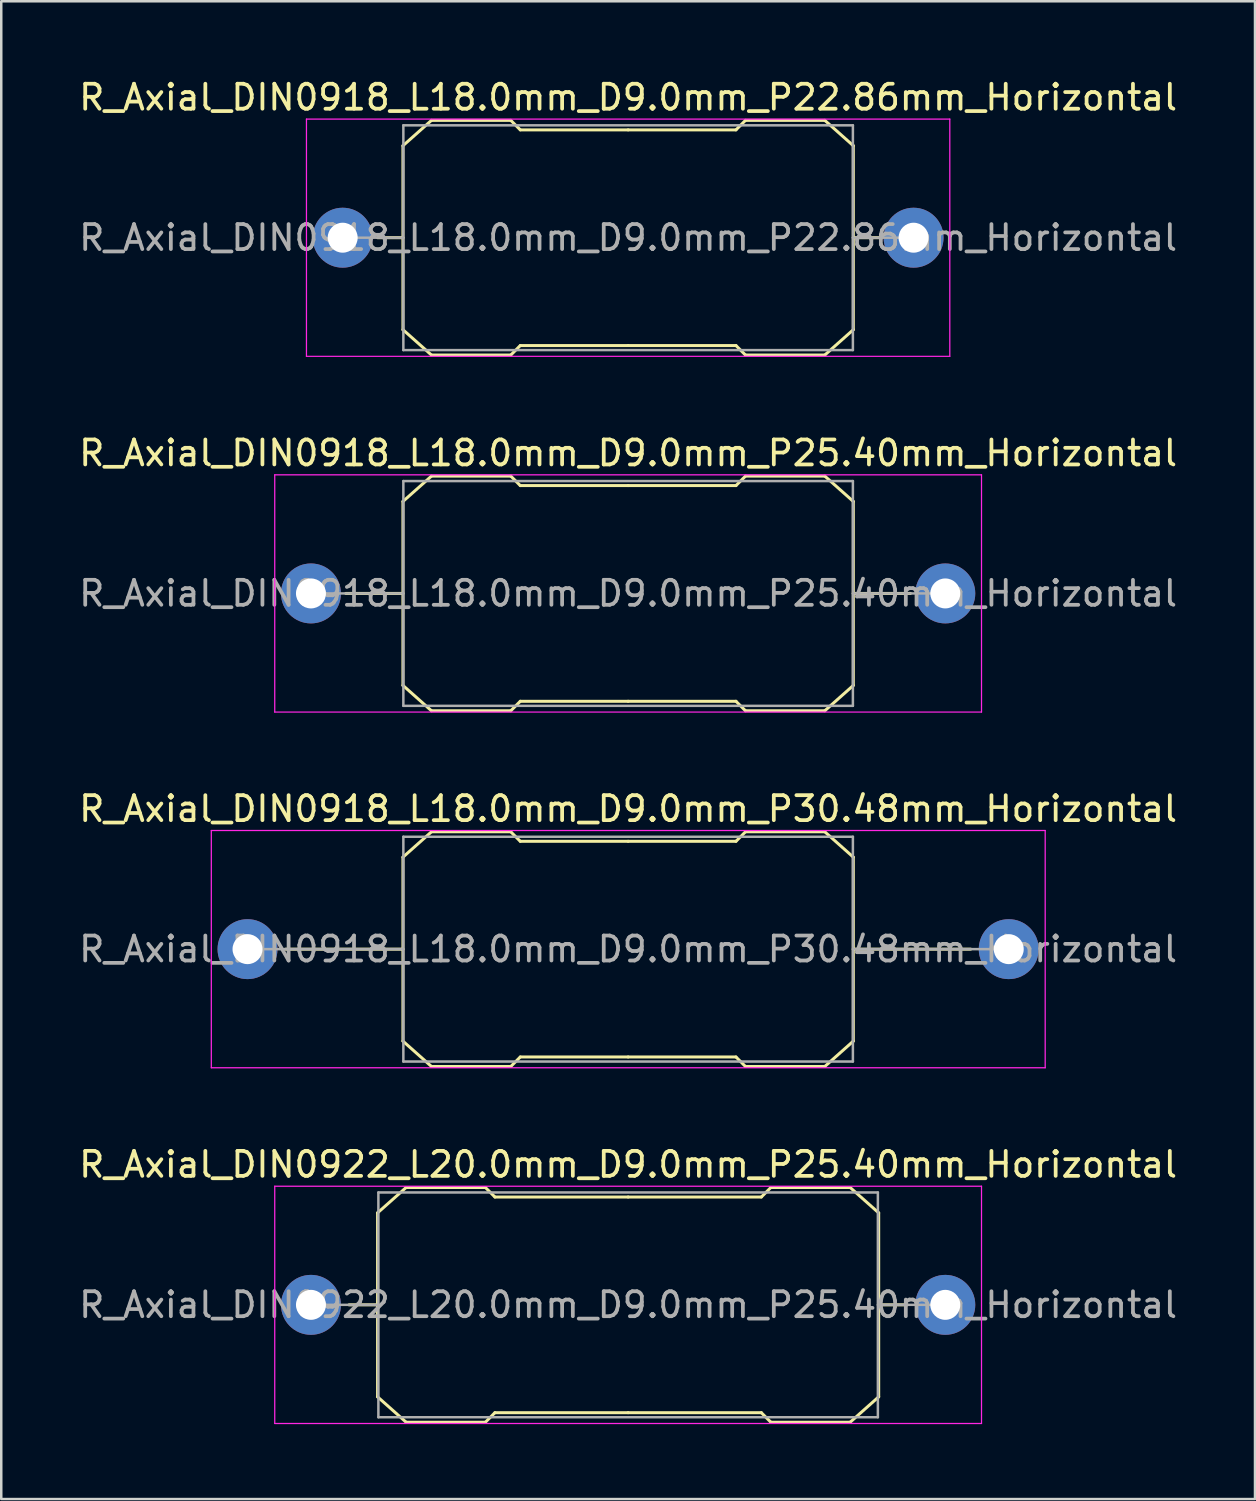
<source format=kicad_pcb>
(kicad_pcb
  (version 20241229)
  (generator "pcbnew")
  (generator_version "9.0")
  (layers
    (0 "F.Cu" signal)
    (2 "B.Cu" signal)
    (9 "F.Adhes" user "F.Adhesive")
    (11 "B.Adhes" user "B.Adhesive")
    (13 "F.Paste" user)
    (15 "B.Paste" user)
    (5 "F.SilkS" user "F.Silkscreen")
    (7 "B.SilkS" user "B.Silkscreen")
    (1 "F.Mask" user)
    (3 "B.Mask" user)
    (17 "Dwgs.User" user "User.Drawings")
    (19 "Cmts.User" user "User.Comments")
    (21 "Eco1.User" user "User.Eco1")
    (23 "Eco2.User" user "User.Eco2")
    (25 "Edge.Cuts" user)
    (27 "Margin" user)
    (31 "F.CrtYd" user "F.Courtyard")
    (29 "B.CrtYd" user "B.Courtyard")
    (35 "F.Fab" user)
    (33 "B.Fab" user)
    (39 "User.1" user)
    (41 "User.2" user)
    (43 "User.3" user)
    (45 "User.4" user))
  (footprint "R_Axial_DIN0918_L18.0mm_D9.0mm_P30.48mm_Horizontal"
    (layer "F.Cu")
    (at 6.861 34.955)
    (property "Reference" "R_Axial_DIN0918_L18.0mm_D9.0mm_P30.48mm_Horizontal" (at 15.24 -5.62 0) (layer "F.SilkS") (effects (font (size 1 1) (thickness 0.15))))
    (attr through_hole)
    (fp_line (start 6.223 -3.683) (end 6.223 3.683) (stroke (width 0.12) (type solid)) (layer "F.SilkS"))
    (fp_line (start 6.223 -3.683) (end 7.366 -4.699) (stroke (width 0.12) (type solid)) (layer "F.SilkS"))
    (fp_line (start 6.223 0) (end 1.524 0) (stroke (width 0.12) (type solid)) (layer "F.SilkS"))
    (fp_line (start 6.223 3.683) (end 7.366 4.699) (stroke (width 0.12) (type solid)) (layer "F.SilkS"))
    (fp_line (start 7.366 -4.699) (end 10.541 -4.699) (stroke (width 0.12) (type solid)) (layer "F.SilkS"))
    (fp_line (start 7.366 4.699) (end 10.541 4.699) (stroke (width 0.12) (type solid)) (layer "F.SilkS"))
    (fp_line (start 10.541 -4.699) (end 10.922 -4.318) (stroke (width 0.12) (type solid)) (layer "F.SilkS"))
    (fp_line (start 10.541 4.699) (end 10.922 4.318) (stroke (width 0.12) (type solid)) (layer "F.SilkS"))
    (fp_line (start 10.922 -4.318) (end 15.24 -4.318) (stroke (width 0.12) (type solid)) (layer "F.SilkS"))
    (fp_line (start 10.922 4.318) (end 15.24 4.318) (stroke (width 0.12) (type solid)) (layer "F.SilkS"))
    (fp_line (start 19.558 -4.318) (end 15.24 -4.318) (stroke (width 0.12) (type solid)) (layer "F.SilkS"))
    (fp_line (start 19.558 4.318) (end 15.24 4.318) (stroke (width 0.12) (type solid)) (layer "F.SilkS"))
    (fp_line (start 19.939 -4.699) (end 19.558 -4.318) (stroke (width 0.12) (type solid)) (layer "F.SilkS"))
    (fp_line (start 19.939 4.699) (end 19.558 4.318) (stroke (width 0.12) (type solid)) (layer "F.SilkS"))
    (fp_line (start 23.114 -4.699) (end 19.939 -4.699) (stroke (width 0.12) (type solid)) (layer "F.SilkS"))
    (fp_line (start 23.114 4.699) (end 19.939 4.699) (stroke (width 0.12) (type solid)) (layer "F.SilkS"))
    (fp_line (start 24.257 -3.683) (end 23.114 -4.699) (stroke (width 0.12) (type solid)) (layer "F.SilkS"))
    (fp_line (start 24.257 -3.683) (end 24.257 3.683) (stroke (width 0.12) (type solid)) (layer "F.SilkS"))
    (fp_line (start 24.257 0) (end 28.956 0) (stroke (width 0.12) (type solid)) (layer "F.SilkS"))
    (fp_line (start 24.257 3.683) (end 23.114 4.699) (stroke (width 0.12) (type solid)) (layer "F.SilkS"))
    (fp_line (start -1.45 -4.75) (end -1.45 4.75) (stroke (width 0.05) (type solid)) (layer "F.CrtYd"))
    (fp_line (start -1.45 4.75) (end 31.94 4.75) (stroke (width 0.05) (type solid)) (layer "F.CrtYd"))
    (fp_line (start 31.94 -4.75) (end -1.45 -4.75) (stroke (width 0.05) (type solid)) (layer "F.CrtYd"))
    (fp_line (start 31.94 4.75) (end 31.94 -4.75) (stroke (width 0.05) (type solid)) (layer "F.CrtYd"))
    (fp_line (start 0 0) (end 6.24 0) (stroke (width 0.1) (type solid)) (layer "F.Fab"))
    (fp_line (start 6.24 -4.5) (end 6.24 4.5) (stroke (width 0.1) (type solid)) (layer "F.Fab"))
    (fp_line (start 6.24 4.5) (end 24.24 4.5) (stroke (width 0.1) (type solid)) (layer "F.Fab"))
    (fp_line (start 24.24 -4.5) (end 6.24 -4.5) (stroke (width 0.1) (type solid)) (layer "F.Fab"))
    (fp_line (start 24.24 4.5) (end 24.24 -4.5) (stroke (width 0.1) (type solid)) (layer "F.Fab"))
    (fp_line (start 30.48 0) (end 24.24 0) (stroke (width 0.1) (type solid)) (layer "F.Fab"))
    (fp_text user "${REFERENCE}" (at 15.24 0 0) (layer "F.Fab") (effects (font (size 1 1) (thickness 0.15))))
    (pad "1" thru_hole circle (at 0 0) (size 2.4 2.4) (drill 1.2) (layers "*.Cu" "*.Mask"))
    (pad "2" thru_hole oval (at 30.48 0) (size 2.4 2.4) (drill 1.2) (layers "*.Cu" "*.Mask")))
  (footprint "R_Axial_DIN0922_L20.0mm_D9.0mm_P25.40mm_Horizontal"
    (layer "F.Cu")
    (at 9.401 49.198)
    (property "Reference" "R_Axial_DIN0922_L20.0mm_D9.0mm_P25.40mm_Horizontal" (at 12.7 -5.62 0) (layer "F.SilkS") (effects (font (size 1 1) (thickness 0.15))))
    (attr through_hole)
    (fp_line (start 2.667 -3.683) (end 2.667 3.683) (stroke (width 0.12) (type solid)) (layer "F.SilkS"))
    (fp_line (start 2.667 -3.683) (end 3.81 -4.699) (stroke (width 0.12) (type solid)) (layer "F.SilkS"))
    (fp_line (start 2.667 0) (end 1.524 0) (stroke (width 0.12) (type solid)) (layer "F.SilkS"))
    (fp_line (start 2.667 3.683) (end 3.81 4.699) (stroke (width 0.12) (type solid)) (layer "F.SilkS"))
    (fp_line (start 3.81 -4.699) (end 6.985 -4.699) (stroke (width 0.12) (type solid)) (layer "F.SilkS"))
    (fp_line (start 3.81 4.699) (end 6.985 4.699) (stroke (width 0.12) (type solid)) (layer "F.SilkS"))
    (fp_line (start 6.985 -4.699) (end 7.366 -4.318) (stroke (width 0.12) (type solid)) (layer "F.SilkS"))
    (fp_line (start 6.985 4.699) (end 7.366 4.318) (stroke (width 0.12) (type solid)) (layer "F.SilkS"))
    (fp_line (start 7.366 -4.318) (end 12.7 -4.318) (stroke (width 0.12) (type solid)) (layer "F.SilkS"))
    (fp_line (start 7.366 4.318) (end 12.7 4.318) (stroke (width 0.12) (type solid)) (layer "F.SilkS"))
    (fp_line (start 18.034 -4.318) (end 12.7 -4.318) (stroke (width 0.12) (type solid)) (layer "F.SilkS"))
    (fp_line (start 18.034 4.318) (end 12.7 4.318) (stroke (width 0.12) (type solid)) (layer "F.SilkS"))
    (fp_line (start 18.415 -4.699) (end 18.034 -4.318) (stroke (width 0.12) (type solid)) (layer "F.SilkS"))
    (fp_line (start 18.415 4.699) (end 18.034 4.318) (stroke (width 0.12) (type solid)) (layer "F.SilkS"))
    (fp_line (start 21.59 -4.699) (end 18.415 -4.699) (stroke (width 0.12) (type solid)) (layer "F.SilkS"))
    (fp_line (start 21.59 4.699) (end 18.415 4.699) (stroke (width 0.12) (type solid)) (layer "F.SilkS"))
    (fp_line (start 22.733 -3.683) (end 21.59 -4.699) (stroke (width 0.12) (type solid)) (layer "F.SilkS"))
    (fp_line (start 22.733 -3.683) (end 22.733 3.683) (stroke (width 0.12) (type solid)) (layer "F.SilkS"))
    (fp_line (start 22.733 0) (end 23.876 0) (stroke (width 0.12) (type solid)) (layer "F.SilkS"))
    (fp_line (start 22.733 3.683) (end 21.59 4.699) (stroke (width 0.12) (type solid)) (layer "F.SilkS"))
    (fp_line (start -1.45 -4.75) (end -1.45 4.75) (stroke (width 0.05) (type solid)) (layer "F.CrtYd"))
    (fp_line (start -1.45 4.75) (end 26.85 4.75) (stroke (width 0.05) (type solid)) (layer "F.CrtYd"))
    (fp_line (start 26.85 -4.75) (end -1.45 -4.75) (stroke (width 0.05) (type solid)) (layer "F.CrtYd"))
    (fp_line (start 26.85 4.75) (end 26.85 -4.75) (stroke (width 0.05) (type solid)) (layer "F.CrtYd"))
    (fp_line (start 0 0) (end 2.7 0) (stroke (width 0.1) (type solid)) (layer "F.Fab"))
    (fp_line (start 2.7 -4.5) (end 2.7 4.5) (stroke (width 0.1) (type solid)) (layer "F.Fab"))
    (fp_line (start 2.7 4.5) (end 22.7 4.5) (stroke (width 0.1) (type solid)) (layer "F.Fab"))
    (fp_line (start 22.7 -4.5) (end 2.7 -4.5) (stroke (width 0.1) (type solid)) (layer "F.Fab"))
    (fp_line (start 22.7 4.5) (end 22.7 -4.5) (stroke (width 0.1) (type solid)) (layer "F.Fab"))
    (fp_line (start 25.4 0) (end 22.7 0) (stroke (width 0.1) (type solid)) (layer "F.Fab"))
    (fp_text user "${REFERENCE}" (at 12.7 0 0) (layer "F.Fab") (effects (font (size 1 1) (thickness 0.15))))
    (pad "1" thru_hole circle (at 0 0) (size 2.4 2.4) (drill 1.2) (layers "*.Cu" "*.Mask"))
    (pad "2" thru_hole oval (at 25.4 0) (size 2.4 2.4) (drill 1.2) (layers "*.Cu" "*.Mask")))
  (footprint "R_Axial_DIN0918_L18.0mm_D9.0mm_P22.86mm_Horizontal"
    (layer "F.Cu")
    (at 10.671 6.468)
    (property "Reference" "R_Axial_DIN0918_L18.0mm_D9.0mm_P22.86mm_Horizontal" (at 11.43 -5.62 0) (layer "F.SilkS") (effects (font (size 1 1) (thickness 0.15))))
    (attr through_hole)
    (fp_line (start 2.413 -3.683) (end 2.413 3.683) (stroke (width 0.12) (type solid)) (layer "F.SilkS"))
    (fp_line (start 2.413 -3.683) (end 3.556 -4.699) (stroke (width 0.12) (type solid)) (layer "F.SilkS"))
    (fp_line (start 2.413 0) (end 1.397 0) (stroke (width 0.12) (type solid)) (layer "F.SilkS"))
    (fp_line (start 2.413 3.683) (end 3.556 4.699) (stroke (width 0.12) (type solid)) (layer "F.SilkS"))
    (fp_line (start 3.556 -4.699) (end 6.731 -4.699) (stroke (width 0.12) (type solid)) (layer "F.SilkS"))
    (fp_line (start 3.556 4.699) (end 6.731 4.699) (stroke (width 0.12) (type solid)) (layer "F.SilkS"))
    (fp_line (start 6.731 -4.699) (end 7.112 -4.318) (stroke (width 0.12) (type solid)) (layer "F.SilkS"))
    (fp_line (start 6.731 4.699) (end 7.112 4.318) (stroke (width 0.12) (type solid)) (layer "F.SilkS"))
    (fp_line (start 7.112 -4.318) (end 11.43 -4.318) (stroke (width 0.12) (type solid)) (layer "F.SilkS"))
    (fp_line (start 7.112 4.318) (end 11.43 4.318) (stroke (width 0.12) (type solid)) (layer "F.SilkS"))
    (fp_line (start 15.748 -4.318) (end 11.43 -4.318) (stroke (width 0.12) (type solid)) (layer "F.SilkS"))
    (fp_line (start 15.748 4.318) (end 11.43 4.318) (stroke (width 0.12) (type solid)) (layer "F.SilkS"))
    (fp_line (start 16.129 -4.699) (end 15.748 -4.318) (stroke (width 0.12) (type solid)) (layer "F.SilkS"))
    (fp_line (start 16.129 4.699) (end 15.748 4.318) (stroke (width 0.12) (type solid)) (layer "F.SilkS"))
    (fp_line (start 19.304 -4.699) (end 16.129 -4.699) (stroke (width 0.12) (type solid)) (layer "F.SilkS"))
    (fp_line (start 19.304 4.699) (end 16.129 4.699) (stroke (width 0.12) (type solid)) (layer "F.SilkS"))
    (fp_line (start 20.447 -3.683) (end 19.304 -4.699) (stroke (width 0.12) (type solid)) (layer "F.SilkS"))
    (fp_line (start 20.447 -3.683) (end 20.447 3.683) (stroke (width 0.12) (type solid)) (layer "F.SilkS"))
    (fp_line (start 20.447 0) (end 21.463 0) (stroke (width 0.12) (type solid)) (layer "F.SilkS"))
    (fp_line (start 20.447 3.683) (end 19.304 4.699) (stroke (width 0.12) (type solid)) (layer "F.SilkS"))
    (fp_line (start -1.45 -4.75) (end -1.45 4.75) (stroke (width 0.05) (type solid)) (layer "F.CrtYd"))
    (fp_line (start -1.45 4.75) (end 24.31 4.75) (stroke (width 0.05) (type solid)) (layer "F.CrtYd"))
    (fp_line (start 24.31 -4.75) (end -1.45 -4.75) (stroke (width 0.05) (type solid)) (layer "F.CrtYd"))
    (fp_line (start 24.31 4.75) (end 24.31 -4.75) (stroke (width 0.05) (type solid)) (layer "F.CrtYd"))
    (fp_line (start 0 0) (end 2.43 0) (stroke (width 0.1) (type solid)) (layer "F.Fab"))
    (fp_line (start 2.43 -4.5) (end 2.43 4.5) (stroke (width 0.1) (type solid)) (layer "F.Fab"))
    (fp_line (start 2.43 4.5) (end 20.43 4.5) (stroke (width 0.1) (type solid)) (layer "F.Fab"))
    (fp_line (start 20.43 -4.5) (end 2.43 -4.5) (stroke (width 0.1) (type solid)) (layer "F.Fab"))
    (fp_line (start 20.43 4.5) (end 20.43 -4.5) (stroke (width 0.1) (type solid)) (layer "F.Fab"))
    (fp_line (start 22.86 0) (end 20.43 0) (stroke (width 0.1) (type solid)) (layer "F.Fab"))
    (fp_text user "${REFERENCE}" (at 11.43 0 0) (layer "F.Fab") (effects (font (size 1 1) (thickness 0.15))))
    (pad "1" thru_hole circle (at 0 0) (size 2.4 2.4) (drill 1.2) (layers "*.Cu" "*.Mask"))
    (pad "2" thru_hole oval (at 22.86 0) (size 2.4 2.4) (drill 1.2) (layers "*.Cu" "*.Mask")))
  (footprint "R_Axial_DIN0918_L18.0mm_D9.0mm_P25.40mm_Horizontal"
    (layer "F.Cu")
    (at 9.401 20.712)
    (property "Reference" "R_Axial_DIN0918_L18.0mm_D9.0mm_P25.40mm_Horizontal" (at 12.7 -5.62 0) (layer "F.SilkS") (effects (font (size 1 1) (thickness 0.15))))
    (attr through_hole)
    (fp_line (start 3.683 -3.683) (end 3.683 3.683) (stroke (width 0.12) (type solid)) (layer "F.SilkS"))
    (fp_line (start 3.683 -3.683) (end 4.826 -4.699) (stroke (width 0.12) (type solid)) (layer "F.SilkS"))
    (fp_line (start 3.683 0) (end 1.397 0) (stroke (width 0.12) (type solid)) (layer "F.SilkS"))
    (fp_line (start 3.683 3.683) (end 4.826 4.699) (stroke (width 0.12) (type solid)) (layer "F.SilkS"))
    (fp_line (start 4.826 -4.699) (end 8.001 -4.699) (stroke (width 0.12) (type solid)) (layer "F.SilkS"))
    (fp_line (start 4.826 4.699) (end 8.001 4.699) (stroke (width 0.12) (type solid)) (layer "F.SilkS"))
    (fp_line (start 8.001 -4.699) (end 8.382 -4.318) (stroke (width 0.12) (type solid)) (layer "F.SilkS"))
    (fp_line (start 8.001 4.699) (end 8.382 4.318) (stroke (width 0.12) (type solid)) (layer "F.SilkS"))
    (fp_line (start 8.382 -4.318) (end 12.7 -4.318) (stroke (width 0.12) (type solid)) (layer "F.SilkS"))
    (fp_line (start 8.382 4.318) (end 12.7 4.318) (stroke (width 0.12) (type solid)) (layer "F.SilkS"))
    (fp_line (start 17.018 -4.318) (end 12.7 -4.318) (stroke (width 0.12) (type solid)) (layer "F.SilkS"))
    (fp_line (start 17.018 4.318) (end 12.7 4.318) (stroke (width 0.12) (type solid)) (layer "F.SilkS"))
    (fp_line (start 17.399 -4.699) (end 17.018 -4.318) (stroke (width 0.12) (type solid)) (layer "F.SilkS"))
    (fp_line (start 17.399 4.699) (end 17.018 4.318) (stroke (width 0.12) (type solid)) (layer "F.SilkS"))
    (fp_line (start 20.574 -4.699) (end 17.399 -4.699) (stroke (width 0.12) (type solid)) (layer "F.SilkS"))
    (fp_line (start 20.574 4.699) (end 17.399 4.699) (stroke (width 0.12) (type solid)) (layer "F.SilkS"))
    (fp_line (start 21.717 -3.683) (end 20.574 -4.699) (stroke (width 0.12) (type solid)) (layer "F.SilkS"))
    (fp_line (start 21.717 -3.683) (end 21.717 3.683) (stroke (width 0.12) (type solid)) (layer "F.SilkS"))
    (fp_line (start 21.717 0) (end 24.003 0) (stroke (width 0.12) (type solid)) (layer "F.SilkS"))
    (fp_line (start 21.717 3.683) (end 20.574 4.699) (stroke (width 0.12) (type solid)) (layer "F.SilkS"))
    (fp_line (start -1.45 -4.75) (end -1.45 4.75) (stroke (width 0.05) (type solid)) (layer "F.CrtYd"))
    (fp_line (start -1.45 4.75) (end 26.85 4.75) (stroke (width 0.05) (type solid)) (layer "F.CrtYd"))
    (fp_line (start 26.85 -4.75) (end -1.45 -4.75) (stroke (width 0.05) (type solid)) (layer "F.CrtYd"))
    (fp_line (start 26.85 4.75) (end 26.85 -4.75) (stroke (width 0.05) (type solid)) (layer "F.CrtYd"))
    (fp_line (start 0 0) (end 3.7 0) (stroke (width 0.1) (type solid)) (layer "F.Fab"))
    (fp_line (start 3.7 -4.5) (end 3.7 4.5) (stroke (width 0.1) (type solid)) (layer "F.Fab"))
    (fp_line (start 3.7 4.5) (end 21.7 4.5) (stroke (width 0.1) (type solid)) (layer "F.Fab"))
    (fp_line (start 21.7 -4.5) (end 3.7 -4.5) (stroke (width 0.1) (type solid)) (layer "F.Fab"))
    (fp_line (start 21.7 4.5) (end 21.7 -4.5) (stroke (width 0.1) (type solid)) (layer "F.Fab"))
    (fp_line (start 25.4 0) (end 21.7 0) (stroke (width 0.1) (type solid)) (layer "F.Fab"))
    (fp_text user "${REFERENCE}" (at 12.7 0 0) (layer "F.Fab") (effects (font (size 1 1) (thickness 0.15))))
    (pad "1" thru_hole circle (at 0 0) (size 2.4 2.4) (drill 1.2) (layers "*.Cu" "*.Mask"))
    (pad "2" thru_hole oval (at 25.4 0) (size 2.4 2.4) (drill 1.2) (layers "*.Cu" "*.Mask")))
  (gr_rect
    (start -3 -3)
    (end 47.202 56.973)
    (stroke (width 0.1) (type default))
    (fill no)
    (layer "Edge.Cuts")))
</source>
